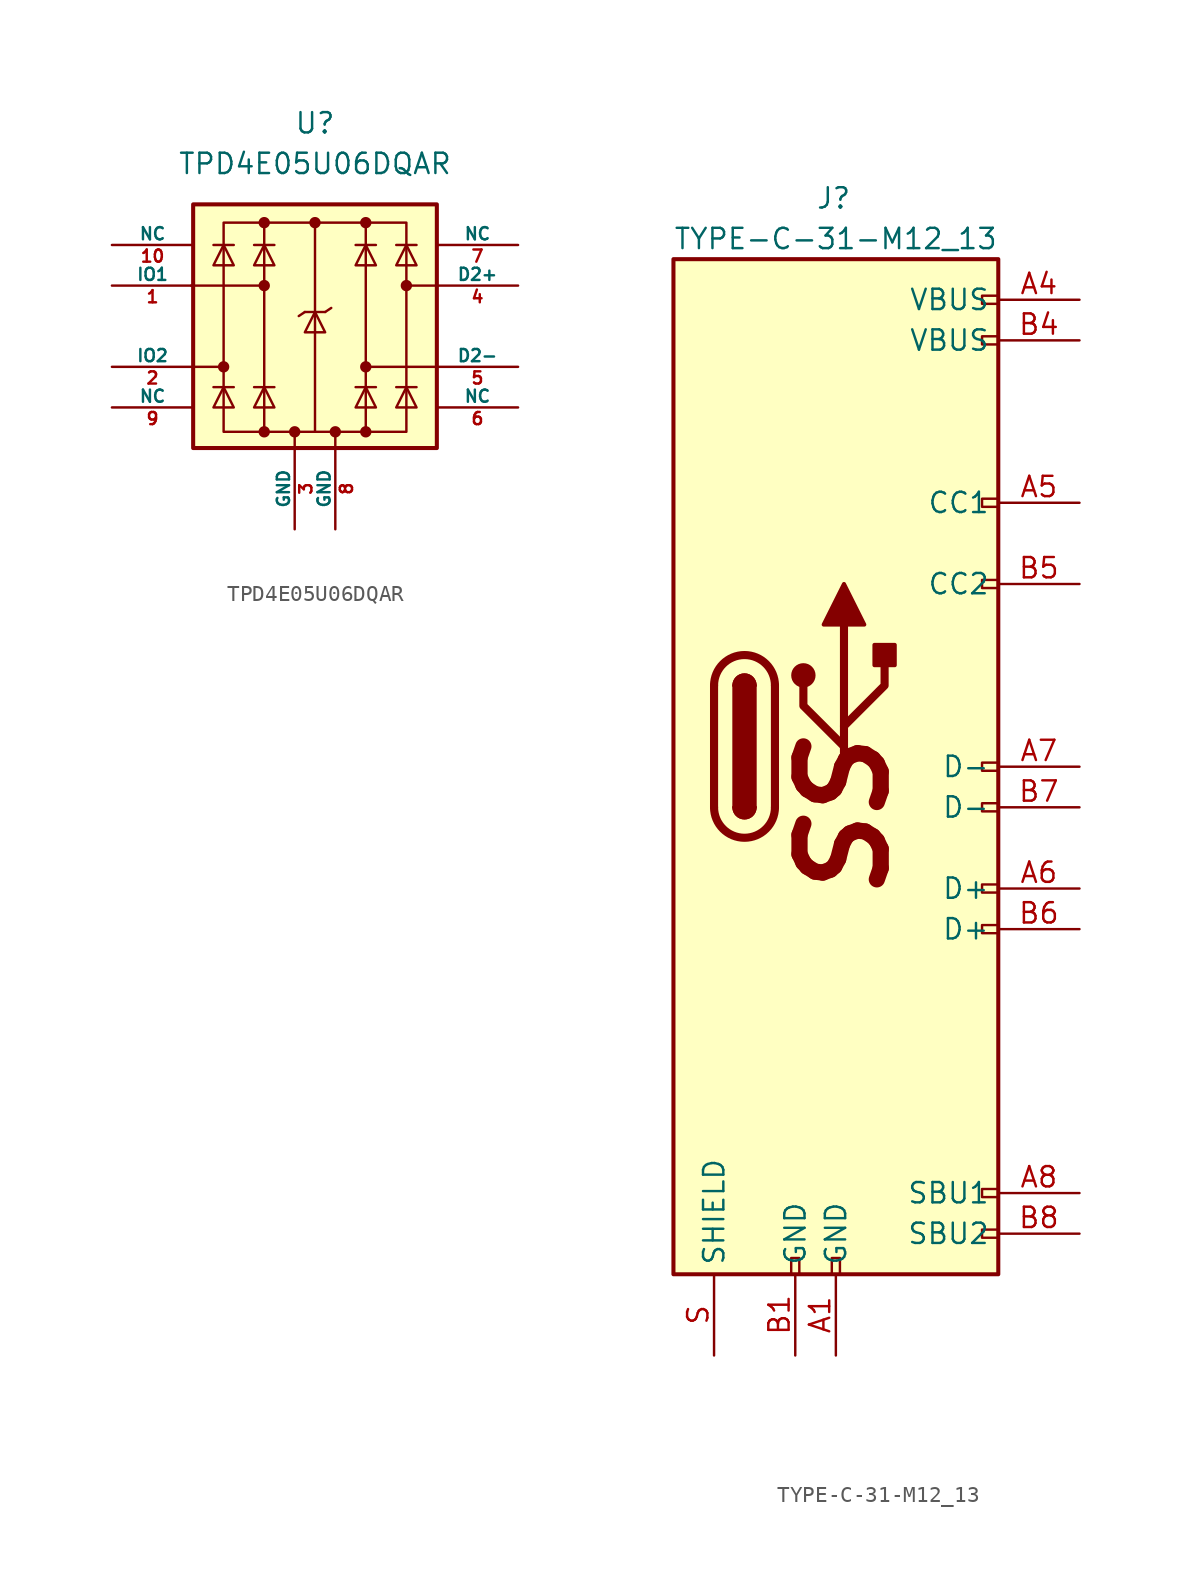
<source format=kicad_sym>
(kicad_symbol_lib
  (version 20200126)
  (host kicad_symbol_editor "(5.99.0-2039-g05a89863c)")
  (symbol "acheronSymbols:TPD4E05U06DQAR"
    (pin_names
      (offset 0))
    (property "Reference" "U"
      (at 0 12.7 0)
      (effects (font (size 1.27 1.27))))
    (property "Value" "TPD4E05U06DQAR"
      (at 0 10.16 0)
      (effects (font (size 1.27 1.27))))
    (symbol "TPD4E05U06DQAR_0_1"
      (circle (center -5.715 -2.54) (radius 0.279) (stroke (width 0)) (fill (type outline)))
      (circle (center -3.175 -6.604) (radius 0.279) (stroke (width 0)) (fill (type outline)))
      (circle (center -3.175 2.54) (radius 0.279) (stroke (width 0)) (fill (type outline)))
      (circle (center -3.175 6.477) (radius 0.279) (stroke (width 0)) (fill (type outline)))
      (circle (center -1.27 -6.604) (radius 0.279) (stroke (width 0)) (fill (type outline)))
      (circle (center 0 6.477) (radius 0.279) (stroke (width 0)) (fill (type outline)))
      (circle (center 3.175 -6.604) (radius 0.279) (stroke (width 0)) (fill (type outline)))
      (circle (center 3.175 -2.54) (radius 0.279) (stroke (width 0)) (fill (type outline)))
      (circle (center 3.175 6.477) (radius 0.279) (stroke (width 0)) (fill (type outline)))
      (circle (center 5.715 2.54) (radius 0.279) (stroke (width 0)) (fill (type outline)))
      (rectangle (start -7.62 7.62) (end 7.62 -7.62) (stroke (width 0.254)) (fill (type background)))
      (polyline (pts (xy -7.747 2.54) (xy -3.175 2.54)) (stroke (width 0)) (fill (type none)))
      (polyline (pts (xy -7.62 -2.54) (xy -5.715 -2.54)) (stroke (width 0)) (fill (type none)))
      (polyline (pts (xy -5.08 -3.81) (xy -6.35 -3.81)) (stroke (width 0)) (fill (type none)))
      (polyline (pts (xy -5.08 5.08) (xy -6.35 5.08)) (stroke (width 0)) (fill (type none)))
      (polyline (pts (xy -2.54 -3.81) (xy -3.81 -3.81)) (stroke (width 0)) (fill (type none)))
      (polyline (pts (xy -2.54 5.08) (xy -3.81 5.08)) (stroke (width 0)) (fill (type none)))
      (polyline (pts (xy -1.27 -6.604) (xy -1.27 -7.62)) (stroke (width 0)) (fill (type none)))
      (polyline (pts (xy -0.635 0.889) (xy -1.016 0.635)) (stroke (width 0)) (fill (type none)))
      (polyline (pts (xy 0.635 0.889) (xy -0.635 0.889)) (stroke (width 0)) (fill (type none)))
      (polyline (pts (xy 0.635 0.889) (xy 1.016 1.143)) (stroke (width 0)) (fill (type none)))
      (polyline (pts (xy 3.81 -3.81) (xy 2.54 -3.81)) (stroke (width 0)) (fill (type none)))
      (polyline (pts (xy 3.81 5.08) (xy 2.54 5.08)) (stroke (width 0)) (fill (type none)))
      (polyline (pts (xy 6.35 -3.81) (xy 5.08 -3.81)) (stroke (width 0)) (fill (type none)))
      (polyline (pts (xy 6.35 5.08) (xy 5.08 5.08)) (stroke (width 0)) (fill (type none)))
      (polyline (pts (xy 7.62 -2.54) (xy 3.175 -2.54)) (stroke (width 0)) (fill (type none)))
      (polyline (pts (xy 7.62 2.54) (xy 5.715 2.54)) (stroke (width 0)) (fill (type none)))
      (polyline (pts (xy -5.08 -5.08) (xy -6.35 -5.08) (xy -5.715 -3.81) (xy -5.08 -5.08)) (stroke (width 0)) (fill (type none)))
      (polyline (pts (xy -5.08 3.81) (xy -6.35 3.81) (xy -5.715 5.08) (xy -5.08 3.81)) (stroke (width 0)) (fill (type none)))
      (polyline (pts (xy -2.54 -5.08) (xy -3.81 -5.08) (xy -3.175 -3.81) (xy -2.54 -5.08)) (stroke (width 0)) (fill (type none)))
      (polyline (pts (xy -2.54 3.81) (xy -3.81 3.81) (xy -3.175 5.08) (xy -2.54 3.81)) (stroke (width 0)) (fill (type none)))
      (polyline (pts (xy 0.635 -0.381) (xy -0.635 -0.381) (xy 0 0.889) (xy 0.635 -0.381)) (stroke (width 0)) (fill (type none)))
      (polyline (pts (xy 3.81 -5.08) (xy 2.54 -5.08) (xy 3.175 -3.81) (xy 3.81 -5.08)) (stroke (width 0)) (fill (type none)))
      (polyline (pts (xy 3.81 3.81) (xy 2.54 3.81) (xy 3.175 5.08) (xy 3.81 3.81)) (stroke (width 0)) (fill (type none)))
      (polyline (pts (xy 6.35 -5.08) (xy 5.08 -5.08) (xy 5.715 -3.81) (xy 6.35 -5.08)) (stroke (width 0)) (fill (type none)))
      (polyline (pts (xy 6.35 3.81) (xy 5.08 3.81) (xy 5.715 5.08) (xy 6.35 3.81)) (stroke (width 0)) (fill (type none))))
    (symbol "TPD4E05U06DQAR_1_1"
      (circle (center 1.27 -6.604) (radius 0.279) (stroke (width 0)) (fill (type outline)))
      (polyline (pts (xy 1.27 -6.604) (xy 1.27 -7.62)) (stroke (width 0)) (fill (type none)))
      (pin bidirectional line (at -12.7 2.54 0) (length 5.08) (name "IO1" (effects (font (size 0.762 0.762)))) (number "1" (effects (font (size 0.762 0.762)))))
      (pin bidirectional line (at -12.7 5.08 0) (length 5.08) (name "NC" (effects (font (size 0.762 0.762)))) (number "10" (effects (font (size 0.762 0.762)))))
      (pin bidirectional line (at -12.7 -2.54 0) (length 5.08) (name "IO2" (effects (font (size 0.762 0.762)))) (number "2" (effects (font (size 0.762 0.762)))))
      (pin power_in line (at -1.27 -12.7 90) (length 5.08) (name "GND" (effects (font (size 0.762 0.762)))) (number "3" (effects (font (size 0.762 0.762)))))
      (pin bidirectional line (at 12.7 2.54 180) (length 5.08) (name "D2+" (effects (font (size 0.762 0.762)))) (number "4" (effects (font (size 0.762 0.762)))))
      (pin bidirectional line (at 12.7 -2.54 180) (length 5.08) (name "D2-" (effects (font (size 0.762 0.762)))) (number "5" (effects (font (size 0.762 0.762)))))
      (pin bidirectional line (at 12.7 -5.08 180) (length 5.08) (name "NC" (effects (font (size 0.762 0.762)))) (number "6" (effects (font (size 0.762 0.762)))))
      (pin bidirectional line (at 12.7 5.08 180) (length 5.08) (name "NC" (effects (font (size 0.762 0.762)))) (number "7" (effects (font (size 0.762 0.762)))))
      (pin power_in line (at 1.27 -12.7 90) (length 5.08) (name "GND" (effects (font (size 0.762 0.762)))) (number "8" (effects (font (size 0.762 0.762)))))
      (pin bidirectional line (at -12.7 -5.08 0) (length 5.08) (name "NC" (effects (font (size 0.762 0.762)))) (number "9" (effects (font (size 0.762 0.762))))))
    (symbol "TPD4E05U06DQAR_0_0"
      (rectangle (start -5.715 6.477) (end 5.715 -6.604) (stroke (width 0)) (fill (type none)))
      (polyline (pts (xy -3.175 -6.604) (xy -3.175 6.477)) (stroke (width 0)) (fill (type none)))
      (polyline (pts (xy 0 6.477) (xy 0 -6.604)) (stroke (width 0)) (fill (type none)))
      (polyline (pts (xy 3.175 6.477) (xy 3.175 -6.604)) (stroke (width 0)) (fill (type none)))))
  (symbol "acheronSymbols:TYPE-C-31-M12_13"
    (property "Reference" "J"
      (at -1.27 35.56 0)
      (effects (font (size 1.27 1.27)) (justify left)))
    (property "Value" "TYPE-C-31-M12_13"
      (at 10.16 33.02 0)
      (effects (font (size 1.27 1.27)) (justify right)))
    (symbol "TYPE-C-31-M12_13_0_1"
      (arc (start -7.62 -2.54) (end -3.81 -2.54) (radius (at -5.715 -2.54) (length 1.905) (angles -179.9 -0.1)) (stroke (width 0.508)) (fill (type none)))
      (arc (start -6.35 -2.54) (end -5.08 -2.54) (radius (at -5.715 -2.54) (length 0.635) (angles -179.9 -0.1)) (stroke (width 0.254)) (fill (type none)))
      (arc (start -6.35 -2.54) (end -5.08 -2.54) (radius (at -5.715 -2.54) (length 0.635) (angles -179.9 -0.1)) (stroke (width 0.254)) (fill (type outline)))
      (arc (start -5.08 5.08) (end -6.35 5.08) (radius (at -5.715 5.08) (length 0.635) (angles 0.1 179.9)) (stroke (width 0.254)) (fill (type outline)))
      (arc (start -5.08 5.08) (end -6.35 5.08) (radius (at -5.715 5.08) (length 0.635) (angles 0.1 179.9)) (stroke (width 0.254)) (fill (type none)))
      (arc (start -3.81 5.08) (end -7.62 5.08) (radius (at -5.715 5.08) (length 1.905) (angles 0.1 179.9)) (stroke (width 0.508)) (fill (type none)))
      (circle (center -2.032 5.715) (radius 0.635) (stroke (width 0.254)) (fill (type outline)))
      (rectangle (start -10.16 31.75) (end 10.16 -31.75) (stroke (width 0.254)) (fill (type background)))
      (rectangle (start -6.35 -2.54) (end -5.08 5.08) (stroke (width 0.254)) (fill (type outline)))
      (rectangle (start 2.413 6.35) (end 3.683 7.62) (stroke (width 0.254)) (fill (type outline)))
      (polyline (pts (xy -7.62 -2.54) (xy -7.62 5.08)) (stroke (width 0.508)) (fill (type none)))
      (polyline (pts (xy -3.81 5.08) (xy -3.81 -2.54)) (stroke (width 0.508)) (fill (type none)))
      (polyline (pts (xy 0.508 0) (xy 0.508 8.89)) (stroke (width 0.508)) (fill (type none)))
      (polyline (pts (xy 0.508 1.27) (xy -2.032 3.81) (xy -2.032 5.08)) (stroke (width 0.508)) (fill (type none)))
      (polyline (pts (xy 0.508 2.54) (xy 3.048 5.08) (xy 3.048 6.35)) (stroke (width 0.508)) (fill (type none)))
      (polyline (pts (xy -0.762 8.89) (xy 0.508 11.43) (xy 1.778 8.89) (xy -0.762 8.89)) (stroke (width 0.254)) (fill (type outline))))
    (symbol "TYPE-C-31-M12_13_0_0"
      (text "SS" (at 0.508 -3.175 900) (effects (font (size 5.08 5.08) bold italic)))
      (rectangle (start -0.254 -31.75) (end 0.254 -30.734) (stroke (width 0)) (fill (type none)))
      (rectangle (start 10.16 -28.956) (end 9.144 -29.464) (stroke (width 0)) (fill (type none)))
      (rectangle (start 10.16 -26.416) (end 9.144 -26.924) (stroke (width 0)) (fill (type none)))
      (rectangle (start 10.16 -9.906) (end 9.144 -10.414) (stroke (width 0)) (fill (type none)))
      (rectangle (start 10.16 -7.366) (end 9.144 -7.874) (stroke (width 0)) (fill (type none)))
      (rectangle (start 10.16 -2.286) (end 9.144 -2.794) (stroke (width 0)) (fill (type none)))
      (rectangle (start 10.16 0.254) (end 9.144 -0.254) (stroke (width 0)) (fill (type none)))
      (rectangle (start 10.16 11.684) (end 9.144 11.176) (stroke (width 0)) (fill (type none)))
      (rectangle (start 10.16 16.764) (end 9.144 16.256) (stroke (width 0)) (fill (type none)))
      (rectangle (start 10.16 29.464) (end 9.144 28.956) (stroke (width 0)) (fill (type none))))
    (symbol "TYPE-C-31-M12_13_1_1"
      (rectangle (start -2.794 -31.75) (end -2.286 -30.734) (stroke (width 0)) (fill (type none)))
      (rectangle (start 10.16 26.924) (end 9.144 26.416) (stroke (width 0)) (fill (type none)))
      (pin power_out line (at 0 -36.83 90) (length 5.08) (name "GND" (effects (font (size 1.27 1.27)))) (number "A1" (effects (font (size 1.27 1.27)))))
      (pin power_out line (at 15.24 29.21 180) (length 5.08) (name "VBUS" (effects (font (size 1.27 1.27)))) (number "A4" (effects (font (size 1.27 1.27)))))
      (pin bidirectional line (at 15.24 16.51 180) (length 5.08) (name "CC1" (effects (font (size 1.27 1.27)))) (number "A5" (effects (font (size 1.27 1.27)))))
      (pin bidirectional line (at 15.24 -7.62 180) (length 5.08) (name "D+" (effects (font (size 1.27 1.27)))) (number "A6" (effects (font (size 1.27 1.27)))))
      (pin bidirectional line (at 15.24 0 180) (length 5.08) (name "D-" (effects (font (size 1.27 1.27)))) (number "A7" (effects (font (size 1.27 1.27)))))
      (pin bidirectional line (at 15.24 -26.67 180) (length 5.08) (name "SBU1" (effects (font (size 1.27 1.27)))) (number "A8" (effects (font (size 1.27 1.27)))))
      (pin power_out line (at -2.54 -36.83 90) (length 5.08) (name "GND" (effects (font (size 1.27 1.27)))) (number "B1" (effects (font (size 1.27 1.27)))))
      (pin power_out line (at 15.24 26.67 180) (length 5.08) (name "VBUS" (effects (font (size 1.27 1.27)))) (number "B4" (effects (font (size 1.27 1.27)))))
      (pin bidirectional line (at 15.24 11.43 180) (length 5.08) (name "CC2" (effects (font (size 1.27 1.27)))) (number "B5" (effects (font (size 1.27 1.27)))))
      (pin bidirectional line (at 15.24 -10.16 180) (length 5.08) (name "D+" (effects (font (size 1.27 1.27)))) (number "B6" (effects (font (size 1.27 1.27)))))
      (pin bidirectional line (at 15.24 -2.54 180) (length 5.08) (name "D-" (effects (font (size 1.27 1.27)))) (number "B7" (effects (font (size 1.27 1.27)))))
      (pin bidirectional line (at 15.24 -29.21 180) (length 5.08) (name "SBU2" (effects (font (size 1.27 1.27)))) (number "B8" (effects (font (size 1.27 1.27)))))
      (pin passive line (at -7.62 -36.83 90) (length 5.08) (name "SHIELD" (effects (font (size 1.27 1.27)))) (number "S" (effects (font (size 1.27 1.27))))))))
</source>
